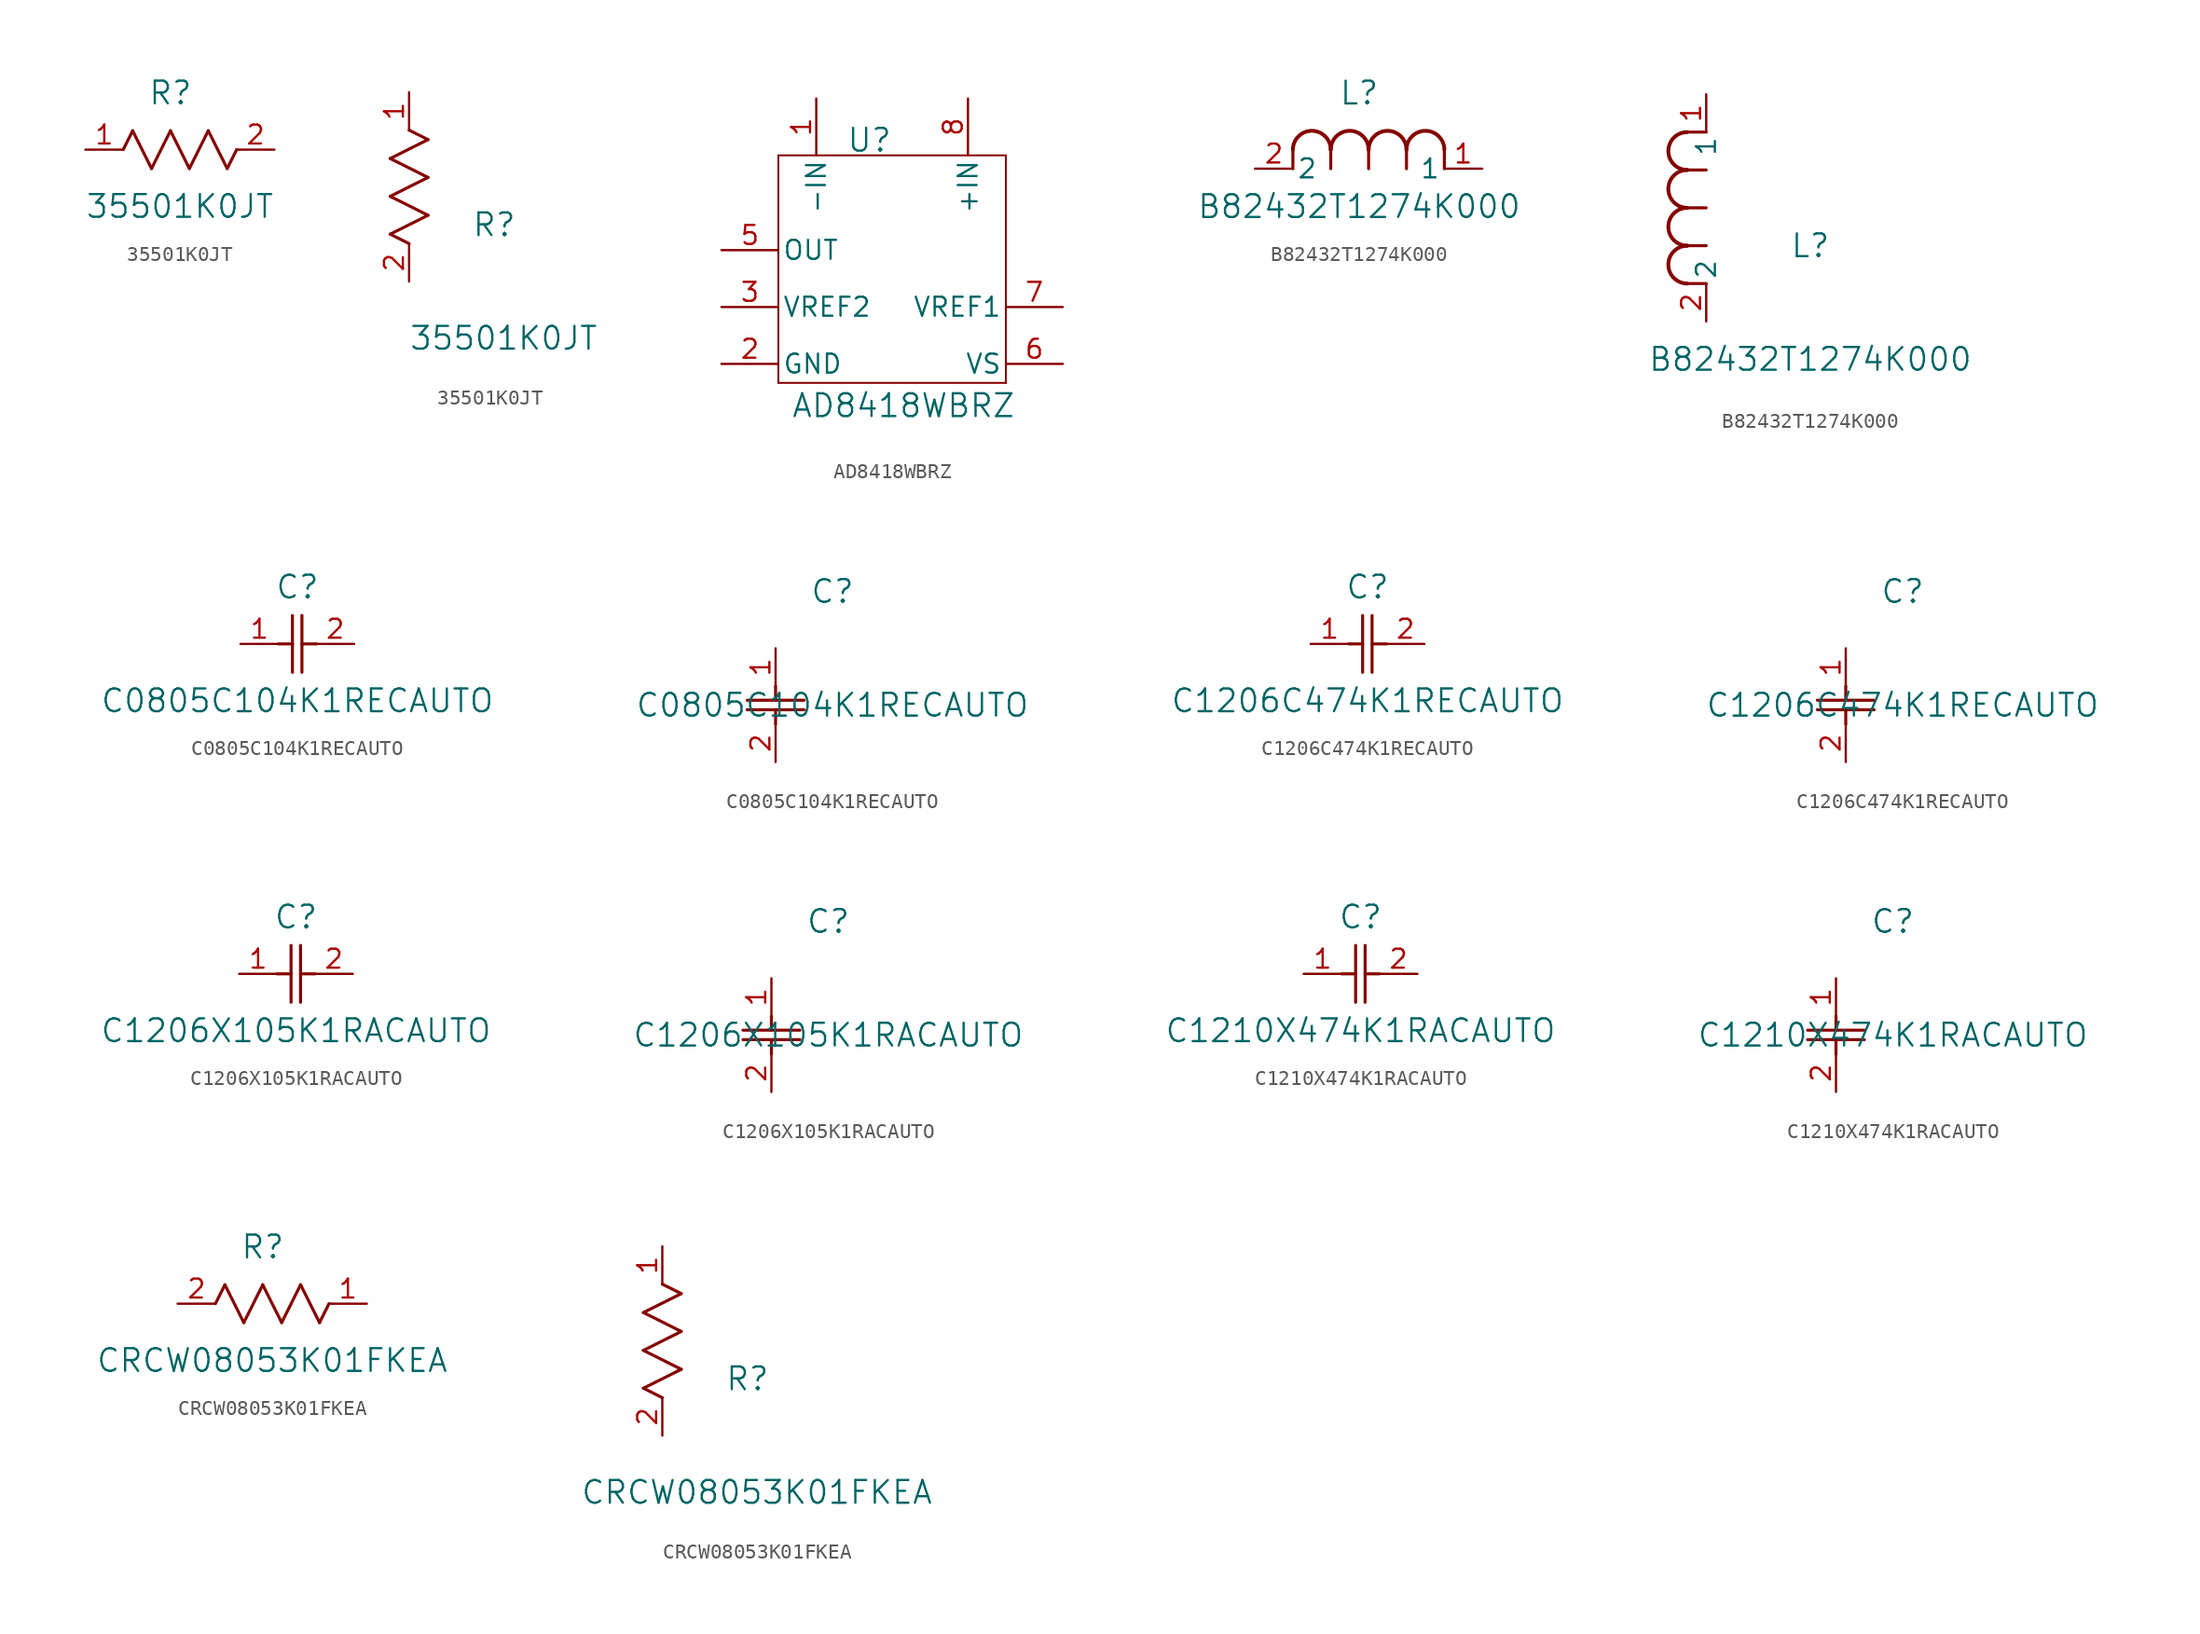
<source format=kicad_sym>
(kicad_symbol_lib
  (version 20231120)
  (generator "kicad_symbol_editor")
  (generator_version "8.0")
  (symbol "35501K0JT"
    (pin_names
      (offset 0.254))
    (property "Reference" "R"
      (at 5.715 3.81 0)
      (effects (font (size 1.524 1.524))))
    (property "Value" "35501K0JT"
      (at 6.35 -3.81 0)
      (effects (font (size 1.524 1.524))))
    (property "ki_locked" ""
      (at 0 0 0)
      (effects (font (size 1.27 1.27))))
    (symbol "35501K0JT_1_1"
      (polyline (pts (xy 2.54 0) (xy 3.175 1.27)) (stroke (width 0.203) (type default)) (fill (type none)))
      (polyline (pts (xy 3.175 1.27) (xy 4.445 -1.27)) (stroke (width 0.203) (type default)) (fill (type none)))
      (polyline (pts (xy 4.445 -1.27) (xy 5.715 1.27)) (stroke (width 0.203) (type default)) (fill (type none)))
      (polyline (pts (xy 5.715 1.27) (xy 6.985 -1.27)) (stroke (width 0.203) (type default)) (fill (type none)))
      (polyline (pts (xy 6.985 -1.27) (xy 8.255 1.27)) (stroke (width 0.203) (type default)) (fill (type none)))
      (polyline (pts (xy 8.255 1.27) (xy 9.525 -1.27)) (stroke (width 0.203) (type default)) (fill (type none)))
      (polyline (pts (xy 9.525 -1.27) (xy 10.16 0)) (stroke (width 0.203) (type default)) (fill (type none)))
      (pin unspecified line (at 0 0 0) (length 2.54) (name "" (effects (font (size 1.27 1.27)))) (number "1" (effects (font (size 1.27 1.27)))))
      (pin unspecified line (at 12.7 0 180) (length 2.54) (name "" (effects (font (size 1.27 1.27)))) (number "2" (effects (font (size 1.27 1.27))))))
    (symbol "35501K0JT_1_2"
      (polyline (pts (xy -1.27 3.175) (xy 1.27 4.445)) (stroke (width 0.203) (type default)) (fill (type none)))
      (polyline (pts (xy -1.27 5.715) (xy 1.27 6.985)) (stroke (width 0.203) (type default)) (fill (type none)))
      (polyline (pts (xy -1.27 8.255) (xy 1.27 9.525)) (stroke (width 0.203) (type default)) (fill (type none)))
      (polyline (pts (xy 0 2.54) (xy -1.27 3.175)) (stroke (width 0.203) (type default)) (fill (type none)))
      (polyline (pts (xy 1.27 4.445) (xy -1.27 5.715)) (stroke (width 0.203) (type default)) (fill (type none)))
      (polyline (pts (xy 1.27 6.985) (xy -1.27 8.255)) (stroke (width 0.203) (type default)) (fill (type none)))
      (polyline (pts (xy 1.27 9.525) (xy 0 10.16)) (stroke (width 0.203) (type default)) (fill (type none)))
      (pin unspecified line (at 0 12.7 270) (length 2.54) (name "" (effects (font (size 1.27 1.27)))) (number "1" (effects (font (size 1.27 1.27)))))
      (pin unspecified line (at 0 0 90) (length 2.54) (name "" (effects (font (size 1.27 1.27)))) (number "2" (effects (font (size 1.27 1.27)))))))
  (symbol "AD8418WBRZ"
    (pin_names
      (offset 0.254))
    (property "Reference" "U"
      (at 13.716 -1.524 0)
      (effects (font (size 1.524 1.524))))
    (property "Value" "AD8418WBRZ"
      (at 16.002 -19.304 0)
      (effects (font (size 1.524 1.524))))
    (property "ki_locked" ""
      (at 0 0 0)
      (effects (font (size 1.27 1.27))))
    (symbol "AD8418WBRZ_0_1"
      (polyline (pts (xy 7.62 -17.78) (xy 22.86 -17.78)) (stroke (width 0.127) (type default)) (fill (type none)))
      (polyline (pts (xy 7.62 -2.54) (xy 7.62 -17.78)) (stroke (width 0.127) (type default)) (fill (type none)))
      (polyline (pts (xy 22.86 -17.78) (xy 22.86 -2.54)) (stroke (width 0.127) (type default)) (fill (type none)))
      (polyline (pts (xy 22.86 -2.54) (xy 7.62 -2.54)) (stroke (width 0.127) (type default)) (fill (type none))))
    (symbol "AD8418WBRZ_1_1"
      (pin unspecified line (at 10.16 1.27 270) (length 3.81) (name "-IN" (effects (font (size 1.27 1.27)))) (number "1" (effects (font (size 1.27 1.27)))))
      (pin unspecified line (at 3.81 -16.51 0) (length 3.81) (name "GND" (effects (font (size 1.27 1.27)))) (number "2" (effects (font (size 1.27 1.27)))))
      (pin unspecified line (at 3.81 -12.7 0) (length 3.81) (name "VREF2" (effects (font (size 1.27 1.27)))) (number "3" (effects (font (size 1.27 1.27)))))
      (pin unspecified line (at 3.81 -8.89 0) (length 3.81) (name "OUT" (effects (font (size 1.27 1.27)))) (number "5" (effects (font (size 1.27 1.27)))))
      (pin unspecified line (at 26.67 -16.51 180) (length 3.81) (name "VS" (effects (font (size 1.27 1.27)))) (number "6" (effects (font (size 1.27 1.27)))))
      (pin unspecified line (at 26.67 -12.7 180) (length 3.81) (name "VREF1" (effects (font (size 1.27 1.27)))) (number "7" (effects (font (size 1.27 1.27)))))
      (pin unspecified line (at 20.32 1.27 270) (length 3.81) (name "+IN" (effects (font (size 1.27 1.27)))) (number "8" (effects (font (size 1.27 1.27)))))))
  (symbol "B82432T1274K000"
    (pin_names
      (offset 0.254))
    (property "Reference" "L"
      (at 6.985 5.08 0)
      (effects (font (size 1.524 1.524))))
    (property "Value" "B82432T1274K000"
      (at 6.985 -2.54 0)
      (effects (font (size 1.524 1.524))))
    (property "ki_locked" ""
      (at 0 0 0)
      (effects (font (size 1.27 1.27))))
    (symbol "B82432T1274K000_1_1"
      (polyline (pts (xy 2.54 0) (xy 2.54 1.27)) (stroke (width 0.203) (type default)) (fill (type none)))
      (polyline (pts (xy 5.08 0) (xy 5.08 1.27)) (stroke (width 0.203) (type default)) (fill (type none)))
      (polyline (pts (xy 7.62 0) (xy 7.62 1.27)) (stroke (width 0.203) (type default)) (fill (type none)))
      (polyline (pts (xy 10.16 0) (xy 10.16 1.27)) (stroke (width 0.203) (type default)) (fill (type none)))
      (polyline (pts (xy 12.7 0) (xy 12.7 1.27)) (stroke (width 0.203) (type default)) (fill (type none)))
      (arc (start 5.08 1.27) (mid 3.81 2.5344) (end 2.54 1.27) (stroke (width 0.254) (type default)) (fill (type none)))
      (arc (start 7.62 1.27) (mid 6.35 2.5344) (end 5.08 1.27) (stroke (width 0.254) (type default)) (fill (type none)))
      (arc (start 10.16 1.27) (mid 8.89 2.5344) (end 7.62 1.27) (stroke (width 0.254) (type default)) (fill (type none)))
      (arc (start 12.7 1.27) (mid 11.43 2.5344) (end 10.16 1.27) (stroke (width 0.254) (type default)) (fill (type none)))
      (pin unspecified line (at 15.24 0 180) (length 2.54) (name "1" (effects (font (size 1.27 1.27)))) (number "1" (effects (font (size 1.27 1.27)))))
      (pin unspecified line (at 0 0 0) (length 2.54) (name "2" (effects (font (size 1.27 1.27)))) (number "2" (effects (font (size 1.27 1.27))))))
    (symbol "B82432T1274K000_1_2"
      (arc (start -1.27 5.08) (mid -2.5344 3.81) (end -1.27 2.54) (stroke (width 0.254) (type default)) (fill (type none)))
      (arc (start -1.27 7.62) (mid -2.5344 6.35) (end -1.27 5.08) (stroke (width 0.254) (type default)) (fill (type none)))
      (arc (start -1.27 10.16) (mid -2.5344 8.89) (end -1.27 7.62) (stroke (width 0.254) (type default)) (fill (type none)))
      (arc (start -1.27 12.7) (mid -2.5344 11.43) (end -1.27 10.16) (stroke (width 0.254) (type default)) (fill (type none)))
      (polyline (pts (xy 0 2.54) (xy -1.27 2.54)) (stroke (width 0.203) (type default)) (fill (type none)))
      (polyline (pts (xy 0 5.08) (xy -1.27 5.08)) (stroke (width 0.203) (type default)) (fill (type none)))
      (polyline (pts (xy 0 7.62) (xy -1.27 7.62)) (stroke (width 0.203) (type default)) (fill (type none)))
      (polyline (pts (xy 0 10.16) (xy -1.27 10.16)) (stroke (width 0.203) (type default)) (fill (type none)))
      (polyline (pts (xy 0 12.7) (xy -1.27 12.7)) (stroke (width 0.203) (type default)) (fill (type none)))
      (pin unspecified line (at 0 15.24 270) (length 2.54) (name "1" (effects (font (size 1.27 1.27)))) (number "1" (effects (font (size 1.27 1.27)))))
      (pin unspecified line (at 0 0 90) (length 2.54) (name "2" (effects (font (size 1.27 1.27)))) (number "2" (effects (font (size 1.27 1.27)))))))
  (symbol "C0805C104K1RECAUTO"
    (pin_names
      (offset 0.254))
    (property "Reference" "C"
      (at 3.81 3.81 0)
      (effects (font (size 1.524 1.524))))
    (property "Value" "C0805C104K1RECAUTO"
      (at 3.81 -3.81 0)
      (effects (font (size 1.524 1.524))))
    (property "ki_locked" ""
      (at 0 0 0)
      (effects (font (size 1.27 1.27))))
    (symbol "C0805C104K1RECAUTO_1_1"
      (polyline (pts (xy 2.54 0) (xy 3.48 0)) (stroke (width 0.203) (type default)) (fill (type none)))
      (polyline (pts (xy 3.48 -1.905) (xy 3.48 1.905)) (stroke (width 0.203) (type default)) (fill (type none)))
      (polyline (pts (xy 4.115 -1.905) (xy 4.115 1.905)) (stroke (width 0.203) (type default)) (fill (type none)))
      (polyline (pts (xy 4.115 0) (xy 5.08 0)) (stroke (width 0.203) (type default)) (fill (type none)))
      (pin unspecified line (at 0 0 0) (length 2.54) (name "" (effects (font (size 1.27 1.27)))) (number "1" (effects (font (size 1.27 1.27)))))
      (pin unspecified line (at 7.62 0 180) (length 2.54) (name "" (effects (font (size 1.27 1.27)))) (number "2" (effects (font (size 1.27 1.27))))))
    (symbol "C0805C104K1RECAUTO_1_2"
      (polyline (pts (xy -1.905 -4.115) (xy 1.905 -4.115)) (stroke (width 0.203) (type default)) (fill (type none)))
      (polyline (pts (xy -1.905 -3.48) (xy 1.905 -3.48)) (stroke (width 0.203) (type default)) (fill (type none)))
      (polyline (pts (xy 0 -4.115) (xy 0 -5.08)) (stroke (width 0.203) (type default)) (fill (type none)))
      (polyline (pts (xy 0 -2.54) (xy 0 -3.48)) (stroke (width 0.203) (type default)) (fill (type none)))
      (pin unspecified line (at 0 0 270) (length 2.54) (name "" (effects (font (size 1.27 1.27)))) (number "1" (effects (font (size 1.27 1.27)))))
      (pin unspecified line (at 0 -7.62 90) (length 2.54) (name "" (effects (font (size 1.27 1.27)))) (number "2" (effects (font (size 1.27 1.27)))))))
  (symbol "C1206C474K1RECAUTO"
    (pin_names
      (offset 0.254))
    (property "Reference" "C"
      (at 3.81 3.81 0)
      (effects (font (size 1.524 1.524))))
    (property "Value" "C1206C474K1RECAUTO"
      (at 3.81 -3.81 0)
      (effects (font (size 1.524 1.524))))
    (property "ki_locked" ""
      (at 0 0 0)
      (effects (font (size 1.27 1.27))))
    (symbol "C1206C474K1RECAUTO_1_1"
      (polyline (pts (xy 2.54 0) (xy 3.48 0)) (stroke (width 0.203) (type default)) (fill (type none)))
      (polyline (pts (xy 3.48 -1.905) (xy 3.48 1.905)) (stroke (width 0.203) (type default)) (fill (type none)))
      (polyline (pts (xy 4.115 -1.905) (xy 4.115 1.905)) (stroke (width 0.203) (type default)) (fill (type none)))
      (polyline (pts (xy 4.115 0) (xy 5.08 0)) (stroke (width 0.203) (type default)) (fill (type none)))
      (pin unspecified line (at 0 0 0) (length 2.54) (name "" (effects (font (size 1.27 1.27)))) (number "1" (effects (font (size 1.27 1.27)))))
      (pin unspecified line (at 7.62 0 180) (length 2.54) (name "" (effects (font (size 1.27 1.27)))) (number "2" (effects (font (size 1.27 1.27))))))
    (symbol "C1206C474K1RECAUTO_1_2"
      (polyline (pts (xy -1.905 -4.115) (xy 1.905 -4.115)) (stroke (width 0.203) (type default)) (fill (type none)))
      (polyline (pts (xy -1.905 -3.48) (xy 1.905 -3.48)) (stroke (width 0.203) (type default)) (fill (type none)))
      (polyline (pts (xy 0 -4.115) (xy 0 -5.08)) (stroke (width 0.203) (type default)) (fill (type none)))
      (polyline (pts (xy 0 -2.54) (xy 0 -3.48)) (stroke (width 0.203) (type default)) (fill (type none)))
      (pin unspecified line (at 0 0 270) (length 2.54) (name "" (effects (font (size 1.27 1.27)))) (number "1" (effects (font (size 1.27 1.27)))))
      (pin unspecified line (at 0 -7.62 90) (length 2.54) (name "" (effects (font (size 1.27 1.27)))) (number "2" (effects (font (size 1.27 1.27)))))))
  (symbol "C1206X105K1RACAUTO"
    (pin_names
      (offset 0.254))
    (property "Reference" "C"
      (at 3.81 3.81 0)
      (effects (font (size 1.524 1.524))))
    (property "Value" "C1206X105K1RACAUTO"
      (at 3.81 -3.81 0)
      (effects (font (size 1.524 1.524))))
    (property "ki_locked" ""
      (at 0 0 0)
      (effects (font (size 1.27 1.27))))
    (symbol "C1206X105K1RACAUTO_1_1"
      (polyline (pts (xy 2.54 0) (xy 3.48 0)) (stroke (width 0.203) (type default)) (fill (type none)))
      (polyline (pts (xy 3.48 -1.905) (xy 3.48 1.905)) (stroke (width 0.203) (type default)) (fill (type none)))
      (polyline (pts (xy 4.115 -1.905) (xy 4.115 1.905)) (stroke (width 0.203) (type default)) (fill (type none)))
      (polyline (pts (xy 4.115 0) (xy 5.08 0)) (stroke (width 0.203) (type default)) (fill (type none)))
      (pin unspecified line (at 0 0 0) (length 2.54) (name "" (effects (font (size 1.27 1.27)))) (number "1" (effects (font (size 1.27 1.27)))))
      (pin unspecified line (at 7.62 0 180) (length 2.54) (name "" (effects (font (size 1.27 1.27)))) (number "2" (effects (font (size 1.27 1.27))))))
    (symbol "C1206X105K1RACAUTO_1_2"
      (polyline (pts (xy -1.905 -4.115) (xy 1.905 -4.115)) (stroke (width 0.203) (type default)) (fill (type none)))
      (polyline (pts (xy -1.905 -3.48) (xy 1.905 -3.48)) (stroke (width 0.203) (type default)) (fill (type none)))
      (polyline (pts (xy 0 -4.115) (xy 0 -5.08)) (stroke (width 0.203) (type default)) (fill (type none)))
      (polyline (pts (xy 0 -2.54) (xy 0 -3.48)) (stroke (width 0.203) (type default)) (fill (type none)))
      (pin unspecified line (at 0 0 270) (length 2.54) (name "" (effects (font (size 1.27 1.27)))) (number "1" (effects (font (size 1.27 1.27)))))
      (pin unspecified line (at 0 -7.62 90) (length 2.54) (name "" (effects (font (size 1.27 1.27)))) (number "2" (effects (font (size 1.27 1.27)))))))
  (symbol "C1210X474K1RACAUTO"
    (pin_names
      (offset 0.254))
    (property "Reference" "C"
      (at 3.81 3.81 0)
      (effects (font (size 1.524 1.524))))
    (property "Value" "C1210X474K1RACAUTO"
      (at 3.81 -3.81 0)
      (effects (font (size 1.524 1.524))))
    (property "ki_locked" ""
      (at 0 0 0)
      (effects (font (size 1.27 1.27))))
    (symbol "C1210X474K1RACAUTO_1_1"
      (polyline (pts (xy 2.54 0) (xy 3.48 0)) (stroke (width 0.203) (type default)) (fill (type none)))
      (polyline (pts (xy 3.48 -1.905) (xy 3.48 1.905)) (stroke (width 0.203) (type default)) (fill (type none)))
      (polyline (pts (xy 4.115 -1.905) (xy 4.115 1.905)) (stroke (width 0.203) (type default)) (fill (type none)))
      (polyline (pts (xy 4.115 0) (xy 5.08 0)) (stroke (width 0.203) (type default)) (fill (type none)))
      (pin unspecified line (at 0 0 0) (length 2.54) (name "" (effects (font (size 1.27 1.27)))) (number "1" (effects (font (size 1.27 1.27)))))
      (pin unspecified line (at 7.62 0 180) (length 2.54) (name "" (effects (font (size 1.27 1.27)))) (number "2" (effects (font (size 1.27 1.27))))))
    (symbol "C1210X474K1RACAUTO_1_2"
      (polyline (pts (xy -1.905 -4.115) (xy 1.905 -4.115)) (stroke (width 0.203) (type default)) (fill (type none)))
      (polyline (pts (xy -1.905 -3.48) (xy 1.905 -3.48)) (stroke (width 0.203) (type default)) (fill (type none)))
      (polyline (pts (xy 0 -4.115) (xy 0 -5.08)) (stroke (width 0.203) (type default)) (fill (type none)))
      (polyline (pts (xy 0 -2.54) (xy 0 -3.48)) (stroke (width 0.203) (type default)) (fill (type none)))
      (pin unspecified line (at 0 0 270) (length 2.54) (name "" (effects (font (size 1.27 1.27)))) (number "1" (effects (font (size 1.27 1.27)))))
      (pin unspecified line (at 0 -7.62 90) (length 2.54) (name "" (effects (font (size 1.27 1.27)))) (number "2" (effects (font (size 1.27 1.27)))))))
  (symbol "CRCW08053K01FKEA"
    (pin_names
      (offset 0.254))
    (property "Reference" "R"
      (at 5.715 3.81 0)
      (effects (font (size 1.524 1.524))))
    (property "Value" "CRCW08053K01FKEA"
      (at 6.35 -3.81 0)
      (effects (font (size 1.524 1.524))))
    (property "ki_locked" ""
      (at 0 0 0)
      (effects (font (size 1.27 1.27))))
    (symbol "CRCW08053K01FKEA_1_1"
      (polyline (pts (xy 2.54 0) (xy 3.175 1.27)) (stroke (width 0.203) (type default)) (fill (type none)))
      (polyline (pts (xy 3.175 1.27) (xy 4.445 -1.27)) (stroke (width 0.203) (type default)) (fill (type none)))
      (polyline (pts (xy 4.445 -1.27) (xy 5.715 1.27)) (stroke (width 0.203) (type default)) (fill (type none)))
      (polyline (pts (xy 5.715 1.27) (xy 6.985 -1.27)) (stroke (width 0.203) (type default)) (fill (type none)))
      (polyline (pts (xy 6.985 -1.27) (xy 8.255 1.27)) (stroke (width 0.203) (type default)) (fill (type none)))
      (polyline (pts (xy 8.255 1.27) (xy 9.525 -1.27)) (stroke (width 0.203) (type default)) (fill (type none)))
      (polyline (pts (xy 9.525 -1.27) (xy 10.16 0)) (stroke (width 0.203) (type default)) (fill (type none)))
      (pin unspecified line (at 12.7 0 180) (length 2.54) (name "" (effects (font (size 1.27 1.27)))) (number "1" (effects (font (size 1.27 1.27)))))
      (pin unspecified line (at 0 0 0) (length 2.54) (name "" (effects (font (size 1.27 1.27)))) (number "2" (effects (font (size 1.27 1.27))))))
    (symbol "CRCW08053K01FKEA_1_2"
      (polyline (pts (xy -1.27 3.175) (xy 1.27 4.445)) (stroke (width 0.203) (type default)) (fill (type none)))
      (polyline (pts (xy -1.27 5.715) (xy 1.27 6.985)) (stroke (width 0.203) (type default)) (fill (type none)))
      (polyline (pts (xy -1.27 8.255) (xy 1.27 9.525)) (stroke (width 0.203) (type default)) (fill (type none)))
      (polyline (pts (xy 0 2.54) (xy -1.27 3.175)) (stroke (width 0.203) (type default)) (fill (type none)))
      (polyline (pts (xy 1.27 4.445) (xy -1.27 5.715)) (stroke (width 0.203) (type default)) (fill (type none)))
      (polyline (pts (xy 1.27 6.985) (xy -1.27 8.255)) (stroke (width 0.203) (type default)) (fill (type none)))
      (polyline (pts (xy 1.27 9.525) (xy 0 10.16)) (stroke (width 0.203) (type default)) (fill (type none)))
      (pin unspecified line (at 0 12.7 270) (length 2.54) (name "" (effects (font (size 1.27 1.27)))) (number "1" (effects (font (size 1.27 1.27)))))
      (pin unspecified line (at 0 0 90) (length 2.54) (name "" (effects (font (size 1.27 1.27)))) (number "2" (effects (font (size 1.27 1.27))))))))
</source>
